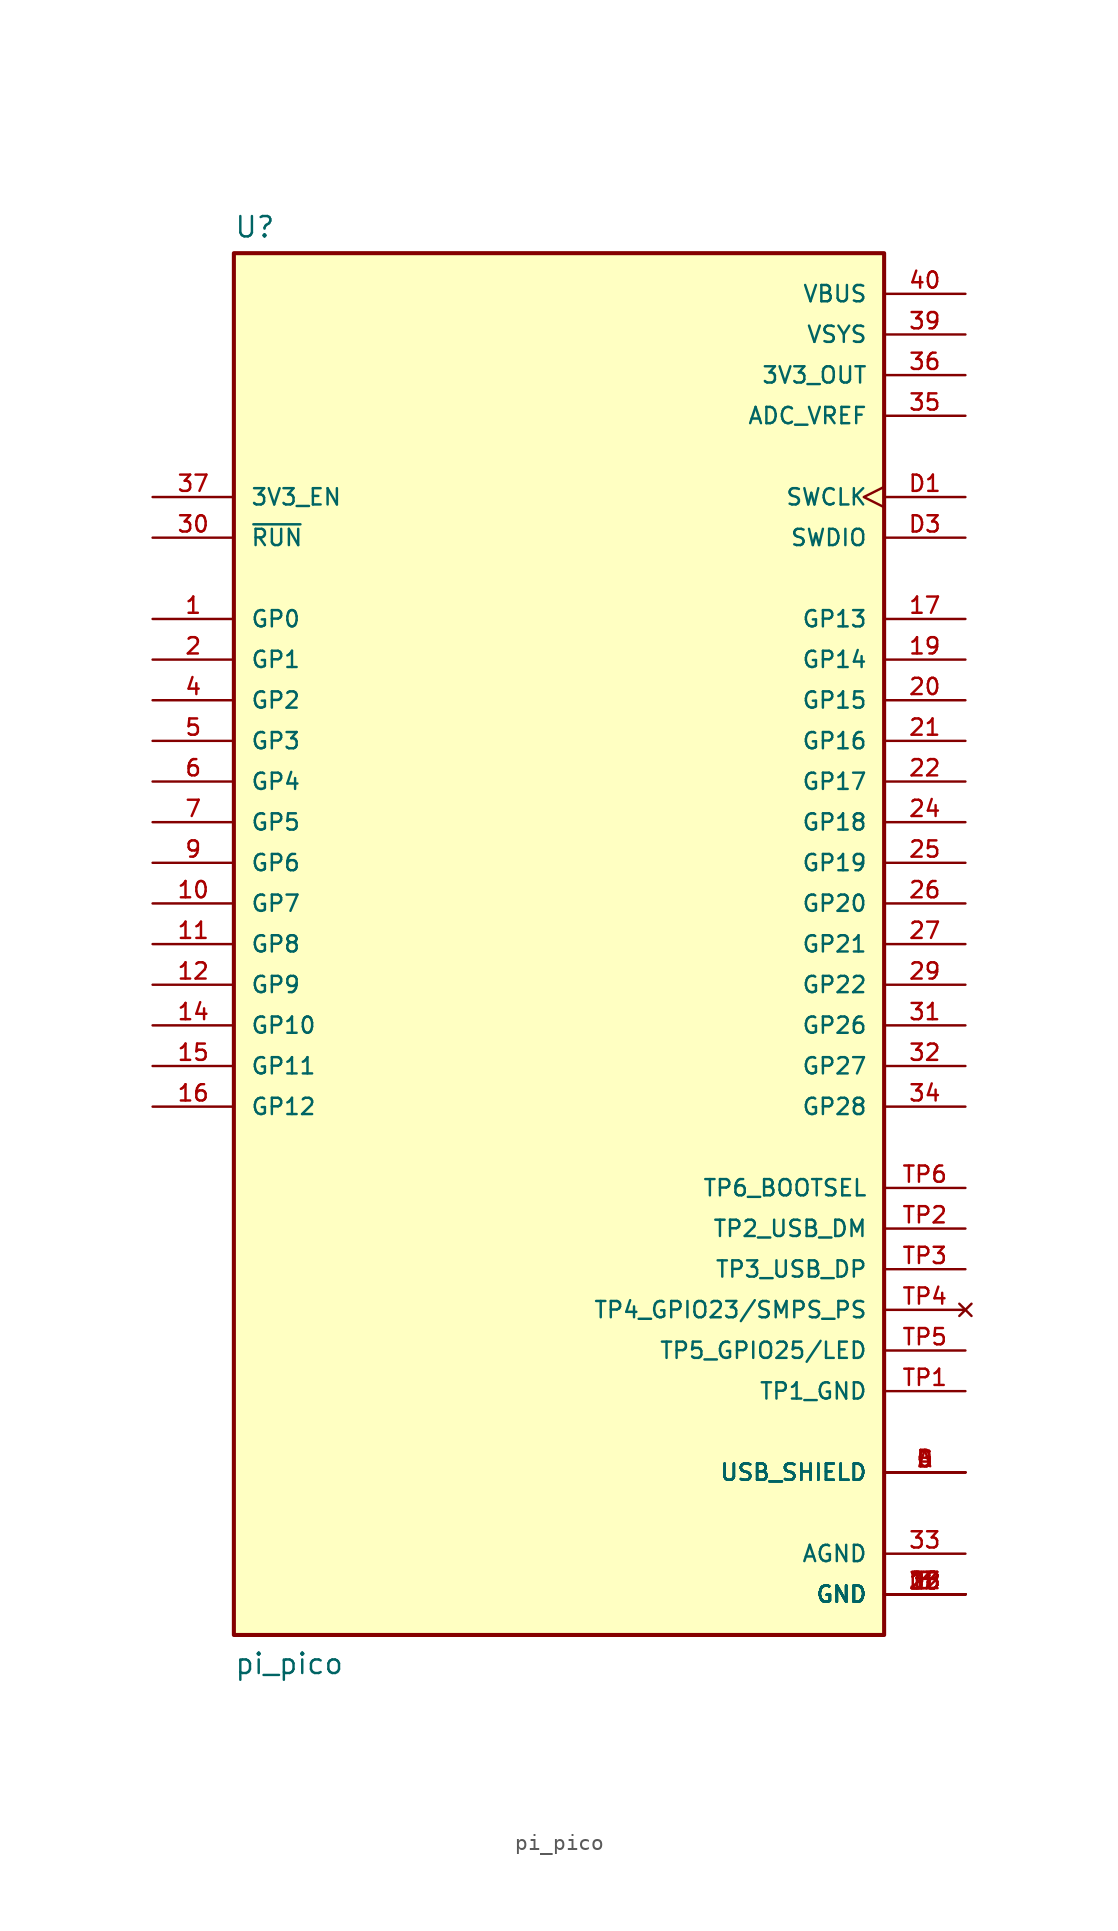
<source format=kicad_sym>
(kicad_symbol_lib
  (version 20211014)
  (generator kicad_symbol_editor)
  (symbol "pi_pico"
    (pin_names
      (offset 1.016))
    (property "Reference" "U"
      (at -20.32 44.069 0)
      (effects (font (size 1.27 1.27)) (justify left bottom)))
    (property "Value" "pi_pico"
      (at -20.32 -45.72 0)
      (effects (font (size 1.27 1.27)) (justify left bottom)))
    (symbol "pi_pico_0_0"
      (rectangle (start -20.32 -43.18) (end 20.32 43.18) (stroke (width 0.254) (type default) (color 0 0 0 0)) (fill (type background)))
      (pin bidirectional line (at -25.4 20.32 0) (length 5.08) (name "GP0" (effects (font (size 1.016 1.016)))) (number "1" (effects (font (size 1.016 1.016)))))
      (pin bidirectional line (at -25.4 2.54 0) (length 5.08) (name "GP7" (effects (font (size 1.016 1.016)))) (number "10" (effects (font (size 1.016 1.016)))))
      (pin bidirectional line (at -25.4 0 0) (length 5.08) (name "GP8" (effects (font (size 1.016 1.016)))) (number "11" (effects (font (size 1.016 1.016)))))
      (pin bidirectional line (at -25.4 -2.54 0) (length 5.08) (name "GP9" (effects (font (size 1.016 1.016)))) (number "12" (effects (font (size 1.016 1.016)))))
      (pin power_in line (at 25.4 -40.64 180) (length 5.08) (name "GND" (effects (font (size 1.016 1.016)))) (number "13" (effects (font (size 1.016 1.016)))))
      (pin bidirectional line (at -25.4 -5.08 0) (length 5.08) (name "GP10" (effects (font (size 1.016 1.016)))) (number "14" (effects (font (size 1.016 1.016)))))
      (pin bidirectional line (at -25.4 -7.62 0) (length 5.08) (name "GP11" (effects (font (size 1.016 1.016)))) (number "15" (effects (font (size 1.016 1.016)))))
      (pin bidirectional line (at -25.4 -10.16 0) (length 5.08) (name "GP12" (effects (font (size 1.016 1.016)))) (number "16" (effects (font (size 1.016 1.016)))))
      (pin bidirectional line (at 25.4 20.32 180) (length 5.08) (name "GP13" (effects (font (size 1.016 1.016)))) (number "17" (effects (font (size 1.016 1.016)))))
      (pin power_in line (at 25.4 -40.64 180) (length 5.08) (name "GND" (effects (font (size 1.016 1.016)))) (number "18" (effects (font (size 1.016 1.016)))))
      (pin bidirectional line (at 25.4 17.78 180) (length 5.08) (name "GP14" (effects (font (size 1.016 1.016)))) (number "19" (effects (font (size 1.016 1.016)))))
      (pin bidirectional line (at -25.4 17.78 0) (length 5.08) (name "GP1" (effects (font (size 1.016 1.016)))) (number "2" (effects (font (size 1.016 1.016)))))
      (pin bidirectional line (at 25.4 15.24 180) (length 5.08) (name "GP15" (effects (font (size 1.016 1.016)))) (number "20" (effects (font (size 1.016 1.016)))))
      (pin bidirectional line (at 25.4 12.7 180) (length 5.08) (name "GP16" (effects (font (size 1.016 1.016)))) (number "21" (effects (font (size 1.016 1.016)))))
      (pin bidirectional line (at 25.4 10.16 180) (length 5.08) (name "GP17" (effects (font (size 1.016 1.016)))) (number "22" (effects (font (size 1.016 1.016)))))
      (pin power_in line (at 25.4 -40.64 180) (length 5.08) (name "GND" (effects (font (size 1.016 1.016)))) (number "23" (effects (font (size 1.016 1.016)))))
      (pin bidirectional line (at 25.4 7.62 180) (length 5.08) (name "GP18" (effects (font (size 1.016 1.016)))) (number "24" (effects (font (size 1.016 1.016)))))
      (pin bidirectional line (at 25.4 5.08 180) (length 5.08) (name "GP19" (effects (font (size 1.016 1.016)))) (number "25" (effects (font (size 1.016 1.016)))))
      (pin bidirectional line (at 25.4 2.54 180) (length 5.08) (name "GP20" (effects (font (size 1.016 1.016)))) (number "26" (effects (font (size 1.016 1.016)))))
      (pin bidirectional line (at 25.4 0 180) (length 5.08) (name "GP21" (effects (font (size 1.016 1.016)))) (number "27" (effects (font (size 1.016 1.016)))))
      (pin power_in line (at 25.4 -40.64 180) (length 5.08) (name "GND" (effects (font (size 1.016 1.016)))) (number "28" (effects (font (size 1.016 1.016)))))
      (pin bidirectional line (at 25.4 -2.54 180) (length 5.08) (name "GP22" (effects (font (size 1.016 1.016)))) (number "29" (effects (font (size 1.016 1.016)))))
      (pin power_in line (at 25.4 -40.64 180) (length 5.08) (name "GND" (effects (font (size 1.016 1.016)))) (number "3" (effects (font (size 1.016 1.016)))))
      (pin input line (at -25.4 25.4 0) (length 5.08) (name "~{RUN}" (effects (font (size 1.016 1.016)))) (number "30" (effects (font (size 1.016 1.016)))))
      (pin bidirectional line (at 25.4 -5.08 180) (length 5.08) (name "GP26" (effects (font (size 1.016 1.016)))) (number "31" (effects (font (size 1.016 1.016)))))
      (pin bidirectional line (at 25.4 -7.62 180) (length 5.08) (name "GP27" (effects (font (size 1.016 1.016)))) (number "32" (effects (font (size 1.016 1.016)))))
      (pin power_in line (at 25.4 -38.1 180) (length 5.08) (name "AGND" (effects (font (size 1.016 1.016)))) (number "33" (effects (font (size 1.016 1.016)))))
      (pin bidirectional line (at 25.4 -10.16 180) (length 5.08) (name "GP28" (effects (font (size 1.016 1.016)))) (number "34" (effects (font (size 1.016 1.016)))))
      (pin power_in line (at 25.4 33.02 180) (length 5.08) (name "ADC_VREF" (effects (font (size 1.016 1.016)))) (number "35" (effects (font (size 1.016 1.016)))))
      (pin power_in line (at 25.4 35.56 180) (length 5.08) (name "3V3_OUT" (effects (font (size 1.016 1.016)))) (number "36" (effects (font (size 1.016 1.016)))))
      (pin input line (at -25.4 27.94 0) (length 5.08) (name "3V3_EN" (effects (font (size 1.016 1.016)))) (number "37" (effects (font (size 1.016 1.016)))))
      (pin power_in line (at 25.4 -40.64 180) (length 5.08) (name "GND" (effects (font (size 1.016 1.016)))) (number "38" (effects (font (size 1.016 1.016)))))
      (pin power_in line (at 25.4 38.1 180) (length 5.08) (name "VSYS" (effects (font (size 1.016 1.016)))) (number "39" (effects (font (size 1.016 1.016)))))
      (pin bidirectional line (at -25.4 15.24 0) (length 5.08) (name "GP2" (effects (font (size 1.016 1.016)))) (number "4" (effects (font (size 1.016 1.016)))))
      (pin power_in line (at 25.4 40.64 180) (length 5.08) (name "VBUS" (effects (font (size 1.016 1.016)))) (number "40" (effects (font (size 1.016 1.016)))))
      (pin bidirectional line (at -25.4 12.7 0) (length 5.08) (name "GP3" (effects (font (size 1.016 1.016)))) (number "5" (effects (font (size 1.016 1.016)))))
      (pin bidirectional line (at -25.4 10.16 0) (length 5.08) (name "GP4" (effects (font (size 1.016 1.016)))) (number "6" (effects (font (size 1.016 1.016)))))
      (pin bidirectional line (at -25.4 7.62 0) (length 5.08) (name "GP5" (effects (font (size 1.016 1.016)))) (number "7" (effects (font (size 1.016 1.016)))))
      (pin power_in line (at 25.4 -40.64 180) (length 5.08) (name "GND" (effects (font (size 1.016 1.016)))) (number "8" (effects (font (size 1.016 1.016)))))
      (pin bidirectional line (at -25.4 5.08 0) (length 5.08) (name "GP6" (effects (font (size 1.016 1.016)))) (number "9" (effects (font (size 1.016 1.016)))))
      (pin power_in line (at 25.4 -33.02 180) (length 5.08) (name "USB_SHIELD" (effects (font (size 1.016 1.016)))) (number "A" (effects (font (size 1.016 1.016)))))
      (pin power_in line (at 25.4 -33.02 180) (length 5.08) (name "USB_SHIELD" (effects (font (size 1.016 1.016)))) (number "B" (effects (font (size 1.016 1.016)))))
      (pin power_in line (at 25.4 -33.02 180) (length 5.08) (name "USB_SHIELD" (effects (font (size 1.016 1.016)))) (number "C" (effects (font (size 1.016 1.016)))))
      (pin power_in line (at 25.4 -33.02 180) (length 5.08) (name "USB_SHIELD" (effects (font (size 1.016 1.016)))) (number "D" (effects (font (size 1.016 1.016)))))
      (pin input clock (at 25.4 27.94 180) (length 5.08) (name "SWCLK" (effects (font (size 1.016 1.016)))) (number "D1" (effects (font (size 1.016 1.016)))))
      (pin power_in line (at 25.4 -40.64 180) (length 5.08) (name "GND" (effects (font (size 1.016 1.016)))) (number "D2" (effects (font (size 1.016 1.016)))))
      (pin bidirectional line (at 25.4 25.4 180) (length 5.08) (name "SWDIO" (effects (font (size 1.016 1.016)))) (number "D3" (effects (font (size 1.016 1.016)))))
      (pin power_in line (at 25.4 -27.94 180) (length 5.08) (name "TP1_GND" (effects (font (size 1.016 1.016)))) (number "TP1" (effects (font (size 1.016 1.016)))))
      (pin bidirectional line (at 25.4 -17.78 180) (length 5.08) (name "TP2_USB_DM" (effects (font (size 1.016 1.016)))) (number "TP2" (effects (font (size 1.016 1.016)))))
      (pin bidirectional line (at 25.4 -20.32 180) (length 5.08) (name "TP3_USB_DP" (effects (font (size 1.016 1.016)))) (number "TP3" (effects (font (size 1.016 1.016)))))
      (pin no_connect line (at 25.4 -22.86 180) (length 5.08) (name "TP4_GPIO23/SMPS_PS" (effects (font (size 1.016 1.016)))) (number "TP4" (effects (font (size 1.016 1.016)))))
      (pin output line (at 25.4 -25.4 180) (length 5.08) (name "TP5_GPIO25/LED" (effects (font (size 1.016 1.016)))) (number "TP5" (effects (font (size 1.016 1.016)))))
      (pin input line (at 25.4 -15.24 180) (length 5.08) (name "TP6_BOOTSEL" (effects (font (size 1.016 1.016)))) (number "TP6" (effects (font (size 1.016 1.016))))))))
</source>
